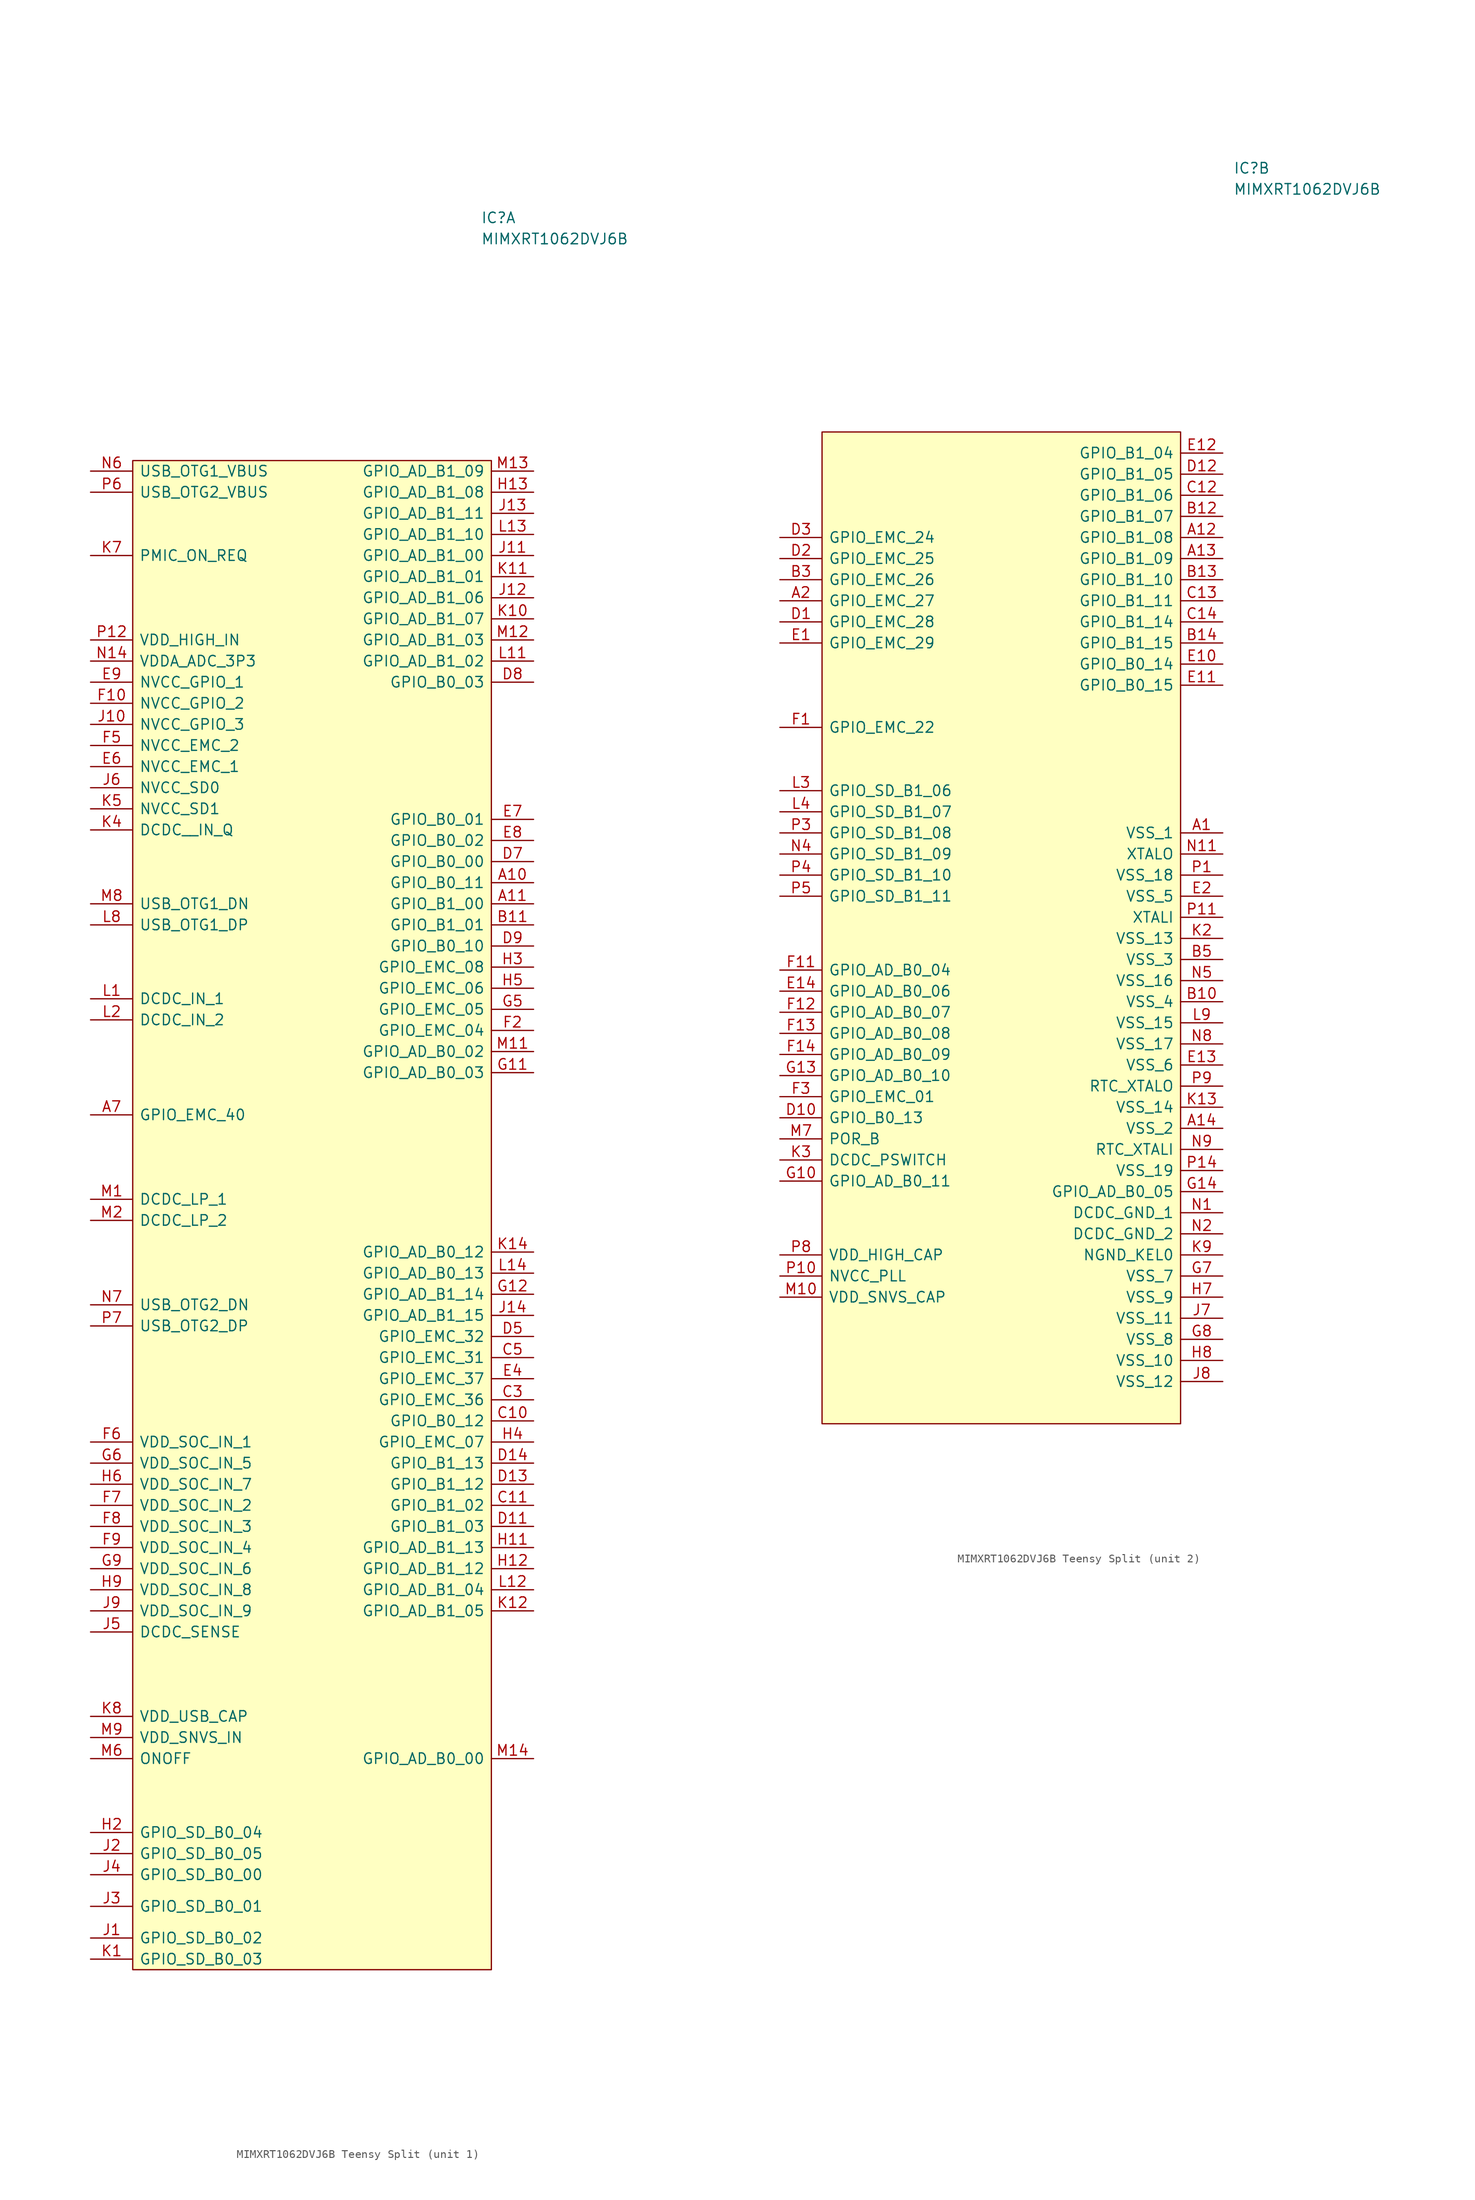
<source format=kicad_sym>
(kicad_symbol_lib
  (version 20220914)
  (generator kicad_symbol_editor)
  (symbol "MIMXRT1062DVJ6B Teensy Split"
    (pin_names
      (offset 0.762))
    (property "Reference" "IC"
      (at 30.48 29.21 0)
      (effects (font (size 1.27 1.27)) (justify left)))
    (property "Value" "MIMXRT1062DVJ6B"
      (at 30.48 26.67 0)
      (effects (font (size 1.27 1.27)) (justify left)))
    (property "ki_locked" ""
      (at 0 0 0)
      (effects (font (size 1.27 1.27))))
    (symbol "MIMXRT1062DVJ6B Teensy Split_1_0"
      (pin passive line (at 36.83 -50.8 180) (length 5.08) (name "GPIO_B0_11" (effects (font (size 1.27 1.27)))) (number "A10" (effects (font (size 1.27 1.27)))))
      (pin passive line (at 36.83 -53.34 180) (length 5.08) (name "GPIO_B1_00" (effects (font (size 1.27 1.27)))) (number "A11" (effects (font (size 1.27 1.27)))))
      (pin passive line (at -16.51 -78.74 0) (length 5.08) (name "GPIO_EMC_40" (effects (font (size 1.27 1.27)))) (number "A7" (effects (font (size 1.27 1.27)))))
      (pin passive line (at 36.83 -55.88 180) (length 5.08) (name "GPIO_B1_01" (effects (font (size 1.27 1.27)))) (number "B11" (effects (font (size 1.27 1.27)))))
      (pin passive line (at 36.83 -115.57 180) (length 5.08) (name "GPIO_B0_12" (effects (font (size 1.27 1.27)))) (number "C10" (effects (font (size 1.27 1.27)))))
      (pin passive line (at 36.83 -125.73 180) (length 5.08) (name "GPIO_B1_02" (effects (font (size 1.27 1.27)))) (number "C11" (effects (font (size 1.27 1.27)))))
      (pin passive line (at 36.83 -113.03 180) (length 5.08) (name "GPIO_EMC_36" (effects (font (size 1.27 1.27)))) (number "C3" (effects (font (size 1.27 1.27)))))
      (pin passive line (at 36.83 -107.95 180) (length 5.08) (name "GPIO_EMC_31" (effects (font (size 1.27 1.27)))) (number "C5" (effects (font (size 1.27 1.27)))))
      (pin passive line (at 36.83 -128.27 180) (length 5.08) (name "GPIO_B1_03" (effects (font (size 1.27 1.27)))) (number "D11" (effects (font (size 1.27 1.27)))))
      (pin passive line (at 36.83 -123.19 180) (length 5.08) (name "GPIO_B1_12" (effects (font (size 1.27 1.27)))) (number "D13" (effects (font (size 1.27 1.27)))))
      (pin passive line (at 36.83 -120.65 180) (length 5.08) (name "GPIO_B1_13" (effects (font (size 1.27 1.27)))) (number "D14" (effects (font (size 1.27 1.27)))))
      (pin passive line (at 36.83 -105.41 180) (length 5.08) (name "GPIO_EMC_32" (effects (font (size 1.27 1.27)))) (number "D5" (effects (font (size 1.27 1.27)))))
      (pin passive line (at 36.83 -48.26 180) (length 5.08) (name "GPIO_B0_00" (effects (font (size 1.27 1.27)))) (number "D7" (effects (font (size 1.27 1.27)))))
      (pin passive line (at 36.83 -26.67 180) (length 5.08) (name "GPIO_B0_03" (effects (font (size 1.27 1.27)))) (number "D8" (effects (font (size 1.27 1.27)))))
      (pin passive line (at 36.83 -58.42 180) (length 5.08) (name "GPIO_B0_10" (effects (font (size 1.27 1.27)))) (number "D9" (effects (font (size 1.27 1.27)))))
      (pin passive line (at 36.83 -110.49 180) (length 5.08) (name "GPIO_EMC_37" (effects (font (size 1.27 1.27)))) (number "E4" (effects (font (size 1.27 1.27)))))
      (pin passive line (at -16.51 -36.83 0) (length 5.08) (name "NVCC_EMC_1" (effects (font (size 1.27 1.27)))) (number "E6" (effects (font (size 1.27 1.27)))))
      (pin passive line (at 36.83 -43.18 180) (length 5.08) (name "GPIO_B0_01" (effects (font (size 1.27 1.27)))) (number "E7" (effects (font (size 1.27 1.27)))))
      (pin passive line (at 36.83 -45.72 180) (length 5.08) (name "GPIO_B0_02" (effects (font (size 1.27 1.27)))) (number "E8" (effects (font (size 1.27 1.27)))))
      (pin passive line (at -16.51 -26.67 0) (length 5.08) (name "NVCC_GPIO_1" (effects (font (size 1.27 1.27)))) (number "E9" (effects (font (size 1.27 1.27)))))
      (pin passive line (at -16.51 -29.21 0) (length 5.08) (name "NVCC_GPIO_2" (effects (font (size 1.27 1.27)))) (number "F10" (effects (font (size 1.27 1.27)))))
      (pin passive line (at 36.83 -68.58 180) (length 5.08) (name "GPIO_EMC_04" (effects (font (size 1.27 1.27)))) (number "F2" (effects (font (size 1.27 1.27)))))
      (pin passive line (at -16.51 -34.29 0) (length 5.08) (name "NVCC_EMC_2" (effects (font (size 1.27 1.27)))) (number "F5" (effects (font (size 1.27 1.27)))))
      (pin passive line (at -16.51 -118.11 0) (length 5.08) (name "VDD_SOC_IN_1" (effects (font (size 1.27 1.27)))) (number "F6" (effects (font (size 1.27 1.27)))))
      (pin passive line (at -16.51 -125.73 0) (length 5.08) (name "VDD_SOC_IN_2" (effects (font (size 1.27 1.27)))) (number "F7" (effects (font (size 1.27 1.27)))))
      (pin passive line (at -16.51 -128.27 0) (length 5.08) (name "VDD_SOC_IN_3" (effects (font (size 1.27 1.27)))) (number "F8" (effects (font (size 1.27 1.27)))))
      (pin passive line (at -16.51 -130.81 0) (length 5.08) (name "VDD_SOC_IN_4" (effects (font (size 1.27 1.27)))) (number "F9" (effects (font (size 1.27 1.27)))))
      (pin passive line (at 36.83 -73.66 180) (length 5.08) (name "GPIO_AD_B0_03" (effects (font (size 1.27 1.27)))) (number "G11" (effects (font (size 1.27 1.27)))))
      (pin passive line (at 36.83 -100.33 180) (length 5.08) (name "GPIO_AD_B1_14" (effects (font (size 1.27 1.27)))) (number "G12" (effects (font (size 1.27 1.27)))))
      (pin passive line (at 36.83 -66.04 180) (length 5.08) (name "GPIO_EMC_05" (effects (font (size 1.27 1.27)))) (number "G5" (effects (font (size 1.27 1.27)))))
      (pin passive line (at -16.51 -120.65 0) (length 5.08) (name "VDD_SOC_IN_5" (effects (font (size 1.27 1.27)))) (number "G6" (effects (font (size 1.27 1.27)))))
      (pin passive line (at -16.51 -133.35 0) (length 5.08) (name "VDD_SOC_IN_6" (effects (font (size 1.27 1.27)))) (number "G9" (effects (font (size 1.27 1.27)))))
      (pin passive line (at 36.83 -130.81 180) (length 5.08) (name "GPIO_AD_B1_13" (effects (font (size 1.27 1.27)))) (number "H11" (effects (font (size 1.27 1.27)))))
      (pin passive line (at 36.83 -133.35 180) (length 5.08) (name "GPIO_AD_B1_12" (effects (font (size 1.27 1.27)))) (number "H12" (effects (font (size 1.27 1.27)))))
      (pin passive line (at 36.83 -3.81 180) (length 5.08) (name "GPIO_AD_B1_08" (effects (font (size 1.27 1.27)))) (number "H13" (effects (font (size 1.27 1.27)))))
      (pin passive line (at -16.51 -165.1 0) (length 5.08) (name "GPIO_SD_B0_04" (effects (font (size 1.27 1.27)))) (number "H2" (effects (font (size 1.27 1.27)))))
      (pin passive line (at 36.83 -60.96 180) (length 5.08) (name "GPIO_EMC_08" (effects (font (size 1.27 1.27)))) (number "H3" (effects (font (size 1.27 1.27)))))
      (pin passive line (at 36.83 -118.11 180) (length 5.08) (name "GPIO_EMC_07" (effects (font (size 1.27 1.27)))) (number "H4" (effects (font (size 1.27 1.27)))))
      (pin passive line (at 36.83 -63.5 180) (length 5.08) (name "GPIO_EMC_06" (effects (font (size 1.27 1.27)))) (number "H5" (effects (font (size 1.27 1.27)))))
      (pin passive line (at -16.51 -123.19 0) (length 5.08) (name "VDD_SOC_IN_7" (effects (font (size 1.27 1.27)))) (number "H6" (effects (font (size 1.27 1.27)))))
      (pin passive line (at -16.51 -135.89 0) (length 5.08) (name "VDD_SOC_IN_8" (effects (font (size 1.27 1.27)))) (number "H9" (effects (font (size 1.27 1.27)))))
      (pin passive line (at -16.51 -177.8 0) (length 5.08) (name "GPIO_SD_B0_02" (effects (font (size 1.27 1.27)))) (number "J1" (effects (font (size 1.27 1.27)))))
      (pin passive line (at -16.51 -31.75 0) (length 5.08) (name "NVCC_GPIO_3" (effects (font (size 1.27 1.27)))) (number "J10" (effects (font (size 1.27 1.27)))))
      (pin passive line (at 36.83 -11.43 180) (length 5.08) (name "GPIO_AD_B1_00" (effects (font (size 1.27 1.27)))) (number "J11" (effects (font (size 1.27 1.27)))))
      (pin passive line (at 36.83 -16.51 180) (length 5.08) (name "GPIO_AD_B1_06" (effects (font (size 1.27 1.27)))) (number "J12" (effects (font (size 1.27 1.27)))))
      (pin passive line (at 36.83 -6.35 180) (length 5.08) (name "GPIO_AD_B1_11" (effects (font (size 1.27 1.27)))) (number "J13" (effects (font (size 1.27 1.27)))))
      (pin passive line (at 36.83 -102.87 180) (length 5.08) (name "GPIO_AD_B1_15" (effects (font (size 1.27 1.27)))) (number "J14" (effects (font (size 1.27 1.27)))))
      (pin passive line (at -16.51 -167.64 0) (length 5.08) (name "GPIO_SD_B0_05" (effects (font (size 1.27 1.27)))) (number "J2" (effects (font (size 1.27 1.27)))))
      (pin passive line (at -16.51 -173.99 0) (length 5.08) (name "GPIO_SD_B0_01" (effects (font (size 1.27 1.27)))) (number "J3" (effects (font (size 1.27 1.27)))))
      (pin passive line (at -16.51 -170.18 0) (length 5.08) (name "GPIO_SD_B0_00" (effects (font (size 1.27 1.27)))) (number "J4" (effects (font (size 1.27 1.27)))))
      (pin passive line (at -16.51 -140.97 0) (length 5.08) (name "DCDC_SENSE" (effects (font (size 1.27 1.27)))) (number "J5" (effects (font (size 1.27 1.27)))))
      (pin passive line (at -16.51 -39.37 0) (length 5.08) (name "NVCC_SD0" (effects (font (size 1.27 1.27)))) (number "J6" (effects (font (size 1.27 1.27)))))
      (pin passive line (at -16.51 -138.43 0) (length 5.08) (name "VDD_SOC_IN_9" (effects (font (size 1.27 1.27)))) (number "J9" (effects (font (size 1.27 1.27)))))
      (pin passive line (at -16.51 -180.34 0) (length 5.08) (name "GPIO_SD_B0_03" (effects (font (size 1.27 1.27)))) (number "K1" (effects (font (size 1.27 1.27)))))
      (pin passive line (at 36.83 -19.05 180) (length 5.08) (name "GPIO_AD_B1_07" (effects (font (size 1.27 1.27)))) (number "K10" (effects (font (size 1.27 1.27)))))
      (pin passive line (at 36.83 -13.97 180) (length 5.08) (name "GPIO_AD_B1_01" (effects (font (size 1.27 1.27)))) (number "K11" (effects (font (size 1.27 1.27)))))
      (pin passive line (at 36.83 -138.43 180) (length 5.08) (name "GPIO_AD_B1_05" (effects (font (size 1.27 1.27)))) (number "K12" (effects (font (size 1.27 1.27)))))
      (pin passive line (at 36.83 -95.25 180) (length 5.08) (name "GPIO_AD_B0_12" (effects (font (size 1.27 1.27)))) (number "K14" (effects (font (size 1.27 1.27)))))
      (pin passive line (at -16.51 -44.45 0) (length 5.08) (name "DCDC__IN_Q" (effects (font (size 1.27 1.27)))) (number "K4" (effects (font (size 1.27 1.27)))))
      (pin passive line (at -16.51 -41.91 0) (length 5.08) (name "NVCC_SD1" (effects (font (size 1.27 1.27)))) (number "K5" (effects (font (size 1.27 1.27)))))
      (pin passive line (at -16.51 -11.43 0) (length 5.08) (name "PMIC_ON_REQ" (effects (font (size 1.27 1.27)))) (number "K7" (effects (font (size 1.27 1.27)))))
      (pin passive line (at -16.51 -151.13 0) (length 5.08) (name "VDD_USB_CAP" (effects (font (size 1.27 1.27)))) (number "K8" (effects (font (size 1.27 1.27)))))
      (pin passive line (at -16.51 -64.77 0) (length 5.08) (name "DCDC_IN_1" (effects (font (size 1.27 1.27)))) (number "L1" (effects (font (size 1.27 1.27)))))
      (pin passive line (at 36.83 -24.13 180) (length 5.08) (name "GPIO_AD_B1_02" (effects (font (size 1.27 1.27)))) (number "L11" (effects (font (size 1.27 1.27)))))
      (pin passive line (at 36.83 -135.89 180) (length 5.08) (name "GPIO_AD_B1_04" (effects (font (size 1.27 1.27)))) (number "L12" (effects (font (size 1.27 1.27)))))
      (pin passive line (at 36.83 -8.89 180) (length 5.08) (name "GPIO_AD_B1_10" (effects (font (size 1.27 1.27)))) (number "L13" (effects (font (size 1.27 1.27)))))
      (pin passive line (at 36.83 -97.79 180) (length 5.08) (name "GPIO_AD_B0_13" (effects (font (size 1.27 1.27)))) (number "L14" (effects (font (size 1.27 1.27)))))
      (pin passive line (at -16.51 -67.31 0) (length 5.08) (name "DCDC_IN_2" (effects (font (size 1.27 1.27)))) (number "L2" (effects (font (size 1.27 1.27)))))
      (pin passive line (at -16.51 -55.88 0) (length 5.08) (name "USB_OTG1_DP" (effects (font (size 1.27 1.27)))) (number "L8" (effects (font (size 1.27 1.27)))))
      (pin passive line (at -16.51 -88.9 0) (length 5.08) (name "DCDC_LP_1" (effects (font (size 1.27 1.27)))) (number "M1" (effects (font (size 1.27 1.27)))))
      (pin passive line (at 36.83 -71.12 180) (length 5.08) (name "GPIO_AD_B0_02" (effects (font (size 1.27 1.27)))) (number "M11" (effects (font (size 1.27 1.27)))))
      (pin passive line (at 36.83 -21.59 180) (length 5.08) (name "GPIO_AD_B1_03" (effects (font (size 1.27 1.27)))) (number "M12" (effects (font (size 1.27 1.27)))))
      (pin passive line (at 36.83 -1.27 180) (length 5.08) (name "GPIO_AD_B1_09" (effects (font (size 1.27 1.27)))) (number "M13" (effects (font (size 1.27 1.27)))))
      (pin passive line (at 36.83 -156.21 180) (length 5.08) (name "GPIO_AD_B0_00" (effects (font (size 1.27 1.27)))) (number "M14" (effects (font (size 1.27 1.27)))))
      (pin passive line (at -16.51 -91.44 0) (length 5.08) (name "DCDC_LP_2" (effects (font (size 1.27 1.27)))) (number "M2" (effects (font (size 1.27 1.27)))))
      (pin passive line (at -16.51 -156.21 0) (length 5.08) (name "ONOFF" (effects (font (size 1.27 1.27)))) (number "M6" (effects (font (size 1.27 1.27)))))
      (pin passive line (at -16.51 -53.34 0) (length 5.08) (name "USB_OTG1_DN" (effects (font (size 1.27 1.27)))) (number "M8" (effects (font (size 1.27 1.27)))))
      (pin passive line (at -16.51 -153.67 0) (length 5.08) (name "VDD_SNVS_IN" (effects (font (size 1.27 1.27)))) (number "M9" (effects (font (size 1.27 1.27)))))
      (pin passive line (at -16.51 -24.13 0) (length 5.08) (name "VDDA_ADC_3P3" (effects (font (size 1.27 1.27)))) (number "N14" (effects (font (size 1.27 1.27)))))
      (pin passive line (at -16.51 -1.27 0) (length 5.08) (name "USB_OTG1_VBUS" (effects (font (size 1.27 1.27)))) (number "N6" (effects (font (size 1.27 1.27)))))
      (pin passive line (at -16.51 -101.6 0) (length 5.08) (name "USB_OTG2_DN" (effects (font (size 1.27 1.27)))) (number "N7" (effects (font (size 1.27 1.27)))))
      (pin passive line (at -16.51 -21.59 0) (length 5.08) (name "VDD_HIGH_IN" (effects (font (size 1.27 1.27)))) (number "P12" (effects (font (size 1.27 1.27)))))
      (pin passive line (at -16.51 -3.81 0) (length 5.08) (name "USB_OTG2_VBUS" (effects (font (size 1.27 1.27)))) (number "P6" (effects (font (size 1.27 1.27)))))
      (pin passive line (at -16.51 -104.14 0) (length 5.08) (name "USB_OTG2_DP" (effects (font (size 1.27 1.27)))) (number "P7" (effects (font (size 1.27 1.27))))))
    (symbol "MIMXRT1062DVJ6B Teensy Split_1_1"
      (polyline (pts (xy -11.43 0) (xy 31.75 0) (xy 31.75 -181.61) (xy -11.43 -181.61) (xy -11.43 0)) (stroke (width 0.152) (type default)) (fill (type background))))
    (symbol "MIMXRT1062DVJ6B Teensy Split_2_0"
      (pin passive line (at 29.21 -50.8 180) (length 5.08) (name "VSS_1" (effects (font (size 1.27 1.27)))) (number "A1" (effects (font (size 1.27 1.27)))))
      (pin passive line (at 29.21 -15.24 180) (length 5.08) (name "GPIO_B1_08" (effects (font (size 1.27 1.27)))) (number "A12" (effects (font (size 1.27 1.27)))))
      (pin passive line (at 29.21 -17.78 180) (length 5.08) (name "GPIO_B1_09" (effects (font (size 1.27 1.27)))) (number "A13" (effects (font (size 1.27 1.27)))))
      (pin passive line (at 29.21 -86.36 180) (length 5.08) (name "VSS_2" (effects (font (size 1.27 1.27)))) (number "A14" (effects (font (size 1.27 1.27)))))
      (pin passive line (at -24.13 -22.86 0) (length 5.08) (name "GPIO_EMC_27" (effects (font (size 1.27 1.27)))) (number "A2" (effects (font (size 1.27 1.27)))))
      (pin passive line (at 29.21 -71.12 180) (length 5.08) (name "VSS_4" (effects (font (size 1.27 1.27)))) (number "B10" (effects (font (size 1.27 1.27)))))
      (pin passive line (at 29.21 -12.7 180) (length 5.08) (name "GPIO_B1_07" (effects (font (size 1.27 1.27)))) (number "B12" (effects (font (size 1.27 1.27)))))
      (pin passive line (at 29.21 -20.32 180) (length 5.08) (name "GPIO_B1_10" (effects (font (size 1.27 1.27)))) (number "B13" (effects (font (size 1.27 1.27)))))
      (pin passive line (at 29.21 -27.94 180) (length 5.08) (name "GPIO_B1_15" (effects (font (size 1.27 1.27)))) (number "B14" (effects (font (size 1.27 1.27)))))
      (pin passive line (at -24.13 -20.32 0) (length 5.08) (name "GPIO_EMC_26" (effects (font (size 1.27 1.27)))) (number "B3" (effects (font (size 1.27 1.27)))))
      (pin passive line (at 29.21 -66.04 180) (length 5.08) (name "VSS_3" (effects (font (size 1.27 1.27)))) (number "B5" (effects (font (size 1.27 1.27)))))
      (pin passive line (at 29.21 -10.16 180) (length 5.08) (name "GPIO_B1_06" (effects (font (size 1.27 1.27)))) (number "C12" (effects (font (size 1.27 1.27)))))
      (pin passive line (at 29.21 -22.86 180) (length 5.08) (name "GPIO_B1_11" (effects (font (size 1.27 1.27)))) (number "C13" (effects (font (size 1.27 1.27)))))
      (pin passive line (at 29.21 -25.4 180) (length 5.08) (name "GPIO_B1_14" (effects (font (size 1.27 1.27)))) (number "C14" (effects (font (size 1.27 1.27)))))
      (pin passive line (at -24.13 -25.4 0) (length 5.08) (name "GPIO_EMC_28" (effects (font (size 1.27 1.27)))) (number "D1" (effects (font (size 1.27 1.27)))))
      (pin passive line (at -24.13 -85.09 0) (length 5.08) (name "GPIO_B0_13" (effects (font (size 1.27 1.27)))) (number "D10" (effects (font (size 1.27 1.27)))))
      (pin passive line (at 29.21 -7.62 180) (length 5.08) (name "GPIO_B1_05" (effects (font (size 1.27 1.27)))) (number "D12" (effects (font (size 1.27 1.27)))))
      (pin passive line (at -24.13 -17.78 0) (length 5.08) (name "GPIO_EMC_25" (effects (font (size 1.27 1.27)))) (number "D2" (effects (font (size 1.27 1.27)))))
      (pin passive line (at -24.13 -15.24 0) (length 5.08) (name "GPIO_EMC_24" (effects (font (size 1.27 1.27)))) (number "D3" (effects (font (size 1.27 1.27)))))
      (pin passive line (at -24.13 -27.94 0) (length 5.08) (name "GPIO_EMC_29" (effects (font (size 1.27 1.27)))) (number "E1" (effects (font (size 1.27 1.27)))))
      (pin passive line (at 29.21 -30.48 180) (length 5.08) (name "GPIO_B0_14" (effects (font (size 1.27 1.27)))) (number "E10" (effects (font (size 1.27 1.27)))))
      (pin passive line (at 29.21 -33.02 180) (length 5.08) (name "GPIO_B0_15" (effects (font (size 1.27 1.27)))) (number "E11" (effects (font (size 1.27 1.27)))))
      (pin passive line (at 29.21 -5.08 180) (length 5.08) (name "GPIO_B1_04" (effects (font (size 1.27 1.27)))) (number "E12" (effects (font (size 1.27 1.27)))))
      (pin passive line (at 29.21 -78.74 180) (length 5.08) (name "VSS_6" (effects (font (size 1.27 1.27)))) (number "E13" (effects (font (size 1.27 1.27)))))
      (pin passive line (at -24.13 -69.85 0) (length 5.08) (name "GPIO_AD_B0_06" (effects (font (size 1.27 1.27)))) (number "E14" (effects (font (size 1.27 1.27)))))
      (pin passive line (at 29.21 -58.42 180) (length 5.08) (name "VSS_5" (effects (font (size 1.27 1.27)))) (number "E2" (effects (font (size 1.27 1.27)))))
      (pin passive line (at -24.13 -38.1 0) (length 5.08) (name "GPIO_EMC_22" (effects (font (size 1.27 1.27)))) (number "F1" (effects (font (size 1.27 1.27)))))
      (pin passive line (at -24.13 -67.31 0) (length 5.08) (name "GPIO_AD_B0_04" (effects (font (size 1.27 1.27)))) (number "F11" (effects (font (size 1.27 1.27)))))
      (pin passive line (at -24.13 -72.39 0) (length 5.08) (name "GPIO_AD_B0_07" (effects (font (size 1.27 1.27)))) (number "F12" (effects (font (size 1.27 1.27)))))
      (pin passive line (at -24.13 -74.93 0) (length 5.08) (name "GPIO_AD_B0_08" (effects (font (size 1.27 1.27)))) (number "F13" (effects (font (size 1.27 1.27)))))
      (pin passive line (at -24.13 -77.47 0) (length 5.08) (name "GPIO_AD_B0_09" (effects (font (size 1.27 1.27)))) (number "F14" (effects (font (size 1.27 1.27)))))
      (pin passive line (at -24.13 -82.55 0) (length 5.08) (name "GPIO_EMC_01" (effects (font (size 1.27 1.27)))) (number "F3" (effects (font (size 1.27 1.27)))))
      (pin passive line (at -24.13 -92.71 0) (length 5.08) (name "GPIO_AD_B0_11" (effects (font (size 1.27 1.27)))) (number "G10" (effects (font (size 1.27 1.27)))))
      (pin passive line (at -24.13 -80.01 0) (length 5.08) (name "GPIO_AD_B0_10" (effects (font (size 1.27 1.27)))) (number "G13" (effects (font (size 1.27 1.27)))))
      (pin passive line (at 29.21 -93.98 180) (length 5.08) (name "GPIO_AD_B0_05" (effects (font (size 1.27 1.27)))) (number "G14" (effects (font (size 1.27 1.27)))))
      (pin passive line (at 29.21 -104.14 180) (length 5.08) (name "VSS_7" (effects (font (size 1.27 1.27)))) (number "G7" (effects (font (size 1.27 1.27)))))
      (pin passive line (at 29.21 -111.76 180) (length 5.08) (name "VSS_8" (effects (font (size 1.27 1.27)))) (number "G8" (effects (font (size 1.27 1.27)))))
      (pin passive line (at 29.21 -106.68 180) (length 5.08) (name "VSS_9" (effects (font (size 1.27 1.27)))) (number "H7" (effects (font (size 1.27 1.27)))))
      (pin passive line (at 29.21 -114.3 180) (length 5.08) (name "VSS_10" (effects (font (size 1.27 1.27)))) (number "H8" (effects (font (size 1.27 1.27)))))
      (pin passive line (at 29.21 -109.22 180) (length 5.08) (name "VSS_11" (effects (font (size 1.27 1.27)))) (number "J7" (effects (font (size 1.27 1.27)))))
      (pin passive line (at 29.21 -116.84 180) (length 5.08) (name "VSS_12" (effects (font (size 1.27 1.27)))) (number "J8" (effects (font (size 1.27 1.27)))))
      (pin passive line (at 29.21 -83.82 180) (length 5.08) (name "VSS_14" (effects (font (size 1.27 1.27)))) (number "K13" (effects (font (size 1.27 1.27)))))
      (pin passive line (at 29.21 -63.5 180) (length 5.08) (name "VSS_13" (effects (font (size 1.27 1.27)))) (number "K2" (effects (font (size 1.27 1.27)))))
      (pin passive line (at -24.13 -90.17 0) (length 5.08) (name "DCDC_PSWITCH" (effects (font (size 1.27 1.27)))) (number "K3" (effects (font (size 1.27 1.27)))))
      (pin passive line (at 29.21 -101.6 180) (length 5.08) (name "NGND_KEL0" (effects (font (size 1.27 1.27)))) (number "K9" (effects (font (size 1.27 1.27)))))
      (pin passive line (at -24.13 -45.72 0) (length 5.08) (name "GPIO_SD_B1_06" (effects (font (size 1.27 1.27)))) (number "L3" (effects (font (size 1.27 1.27)))))
      (pin passive line (at -24.13 -48.26 0) (length 5.08) (name "GPIO_SD_B1_07" (effects (font (size 1.27 1.27)))) (number "L4" (effects (font (size 1.27 1.27)))))
      (pin passive line (at 29.21 -73.66 180) (length 5.08) (name "VSS_15" (effects (font (size 1.27 1.27)))) (number "L9" (effects (font (size 1.27 1.27)))))
      (pin passive line (at -24.13 -106.68 0) (length 5.08) (name "VDD_SNVS_CAP" (effects (font (size 1.27 1.27)))) (number "M10" (effects (font (size 1.27 1.27)))))
      (pin passive line (at -24.13 -87.63 0) (length 5.08) (name "POR_B" (effects (font (size 1.27 1.27)))) (number "M7" (effects (font (size 1.27 1.27)))))
      (pin passive line (at 29.21 -96.52 180) (length 5.08) (name "DCDC_GND_1" (effects (font (size 1.27 1.27)))) (number "N1" (effects (font (size 1.27 1.27)))))
      (pin passive line (at 29.21 -53.34 180) (length 5.08) (name "XTALO" (effects (font (size 1.27 1.27)))) (number "N11" (effects (font (size 1.27 1.27)))))
      (pin passive line (at 29.21 -99.06 180) (length 5.08) (name "DCDC_GND_2" (effects (font (size 1.27 1.27)))) (number "N2" (effects (font (size 1.27 1.27)))))
      (pin passive line (at -24.13 -53.34 0) (length 5.08) (name "GPIO_SD_B1_09" (effects (font (size 1.27 1.27)))) (number "N4" (effects (font (size 1.27 1.27)))))
      (pin passive line (at 29.21 -68.58 180) (length 5.08) (name "VSS_16" (effects (font (size 1.27 1.27)))) (number "N5" (effects (font (size 1.27 1.27)))))
      (pin passive line (at 29.21 -76.2 180) (length 5.08) (name "VSS_17" (effects (font (size 1.27 1.27)))) (number "N8" (effects (font (size 1.27 1.27)))))
      (pin passive line (at 29.21 -88.9 180) (length 5.08) (name "RTC_XTALI" (effects (font (size 1.27 1.27)))) (number "N9" (effects (font (size 1.27 1.27)))))
      (pin passive line (at 29.21 -55.88 180) (length 5.08) (name "VSS_18" (effects (font (size 1.27 1.27)))) (number "P1" (effects (font (size 1.27 1.27)))))
      (pin passive line (at -24.13 -104.14 0) (length 5.08) (name "NVCC_PLL" (effects (font (size 1.27 1.27)))) (number "P10" (effects (font (size 1.27 1.27)))))
      (pin passive line (at 29.21 -60.96 180) (length 5.08) (name "XTALI" (effects (font (size 1.27 1.27)))) (number "P11" (effects (font (size 1.27 1.27)))))
      (pin passive line (at 29.21 -91.44 180) (length 5.08) (name "VSS_19" (effects (font (size 1.27 1.27)))) (number "P14" (effects (font (size 1.27 1.27)))))
      (pin passive line (at -24.13 -50.8 0) (length 5.08) (name "GPIO_SD_B1_08" (effects (font (size 1.27 1.27)))) (number "P3" (effects (font (size 1.27 1.27)))))
      (pin passive line (at -24.13 -55.88 0) (length 5.08) (name "GPIO_SD_B1_10" (effects (font (size 1.27 1.27)))) (number "P4" (effects (font (size 1.27 1.27)))))
      (pin passive line (at -24.13 -58.42 0) (length 5.08) (name "GPIO_SD_B1_11" (effects (font (size 1.27 1.27)))) (number "P5" (effects (font (size 1.27 1.27)))))
      (pin passive line (at -24.13 -101.6 0) (length 5.08) (name "VDD_HIGH_CAP" (effects (font (size 1.27 1.27)))) (number "P8" (effects (font (size 1.27 1.27)))))
      (pin passive line (at 29.21 -81.28 180) (length 5.08) (name "RTC_XTALO" (effects (font (size 1.27 1.27)))) (number "P9" (effects (font (size 1.27 1.27))))))
    (symbol "MIMXRT1062DVJ6B Teensy Split_2_1"
      (polyline (pts (xy -19.05 -2.54) (xy 24.13 -2.54) (xy 24.13 -121.92) (xy -19.05 -121.92) (xy -19.05 -2.54)) (stroke (width 0.152) (type default)) (fill (type background))))))
</source>
